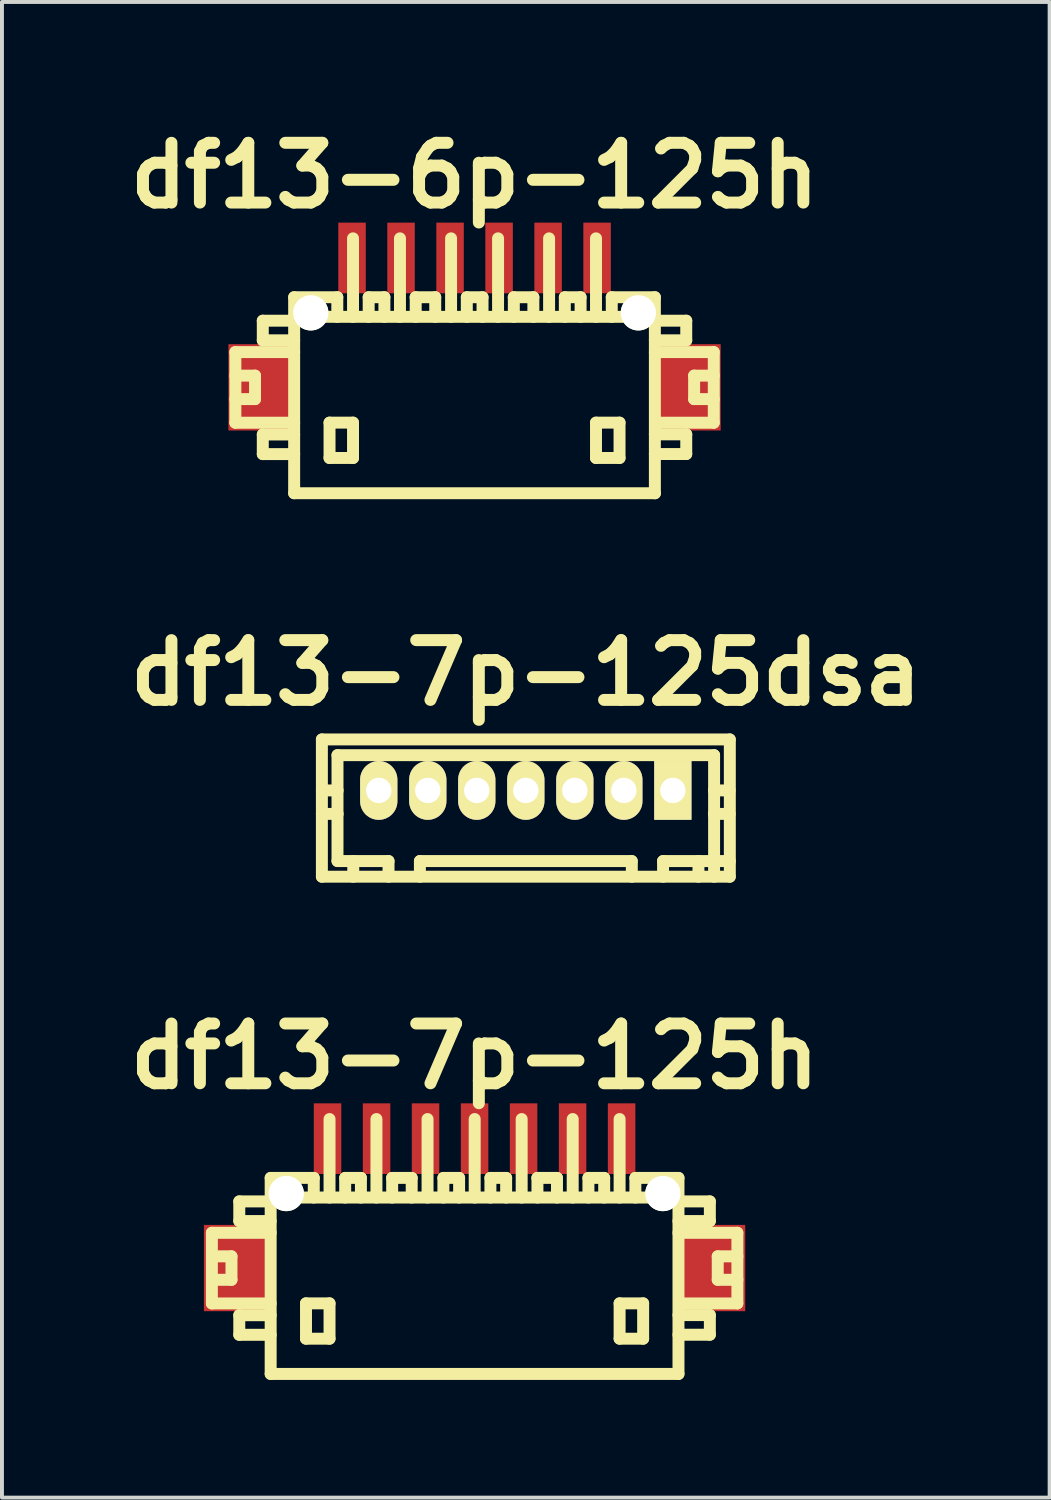
<source format=kicad_pcb>
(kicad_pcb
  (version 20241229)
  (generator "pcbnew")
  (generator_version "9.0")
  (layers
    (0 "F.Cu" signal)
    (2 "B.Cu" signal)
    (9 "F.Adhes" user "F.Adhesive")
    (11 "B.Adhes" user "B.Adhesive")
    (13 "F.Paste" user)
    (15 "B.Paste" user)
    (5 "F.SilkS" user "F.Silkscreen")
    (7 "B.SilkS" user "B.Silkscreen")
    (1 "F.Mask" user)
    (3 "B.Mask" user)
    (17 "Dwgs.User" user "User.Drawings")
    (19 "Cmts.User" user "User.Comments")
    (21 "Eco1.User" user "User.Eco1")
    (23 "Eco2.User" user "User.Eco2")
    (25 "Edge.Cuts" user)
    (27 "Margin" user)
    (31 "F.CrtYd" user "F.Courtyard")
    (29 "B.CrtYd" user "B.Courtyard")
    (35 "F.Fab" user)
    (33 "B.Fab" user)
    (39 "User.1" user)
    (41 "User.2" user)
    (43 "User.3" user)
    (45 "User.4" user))
  (footprint "df13-6p-125h"
    (layer "F.Cu")
    (at 9.05 7.027)
    (property "Reference" "df13-6p-125h" (at 0 -5.601 0) (layer "F.SilkS") (effects (font (size 1.524 1.524) (thickness 0.305))))
    (attr through_hole)
    (fp_line (start -6.099 -1.1) (end -6.099 0.701) (stroke (width 0.305) (type solid)) (layer "F.SilkS"))
    (fp_line (start -6.099 0.701) (end -4.6 0.701) (stroke (width 0.305) (type solid)) (layer "F.SilkS"))
    (fp_line (start -5.598 -0.5) (end -6.099 -0.5) (stroke (width 0.305) (type solid)) (layer "F.SilkS"))
    (fp_line (start -5.598 0.099) (end -6.099 0.099) (stroke (width 0.305) (type solid)) (layer "F.SilkS"))
    (fp_line (start -5.598 0.099) (end -5.598 -0.5) (stroke (width 0.305) (type solid)) (layer "F.SilkS"))
    (fp_line (start -5.4 -1.9) (end -5.4 -1.4) (stroke (width 0.305) (type solid)) (layer "F.SilkS"))
    (fp_line (start -5.4 -1.9) (end -4.6 -1.9) (stroke (width 0.305) (type solid)) (layer "F.SilkS"))
    (fp_line (start -5.4 1.001) (end -5.4 1.501) (stroke (width 0.305) (type solid)) (layer "F.SilkS"))
    (fp_line (start -5.4 1.501) (end -4.6 1.501) (stroke (width 0.305) (type solid)) (layer "F.SilkS"))
    (fp_line (start -4.6 -1.4) (end -5.4 -1.4) (stroke (width 0.305) (type solid)) (layer "F.SilkS"))
    (fp_line (start -4.6 -1.1) (end -6.099 -1.1) (stroke (width 0.305) (type solid)) (layer "F.SilkS"))
    (fp_line (start -4.6 1.001) (end -5.4 1.001) (stroke (width 0.305) (type solid)) (layer "F.SilkS"))
    (fp_line (start -4.6 2.499) (end -4.6 -2.499) (stroke (width 0.305) (type solid)) (layer "F.SilkS"))
    (fp_line (start -4.6 2.499) (end 4.6 2.499) (stroke (width 0.305) (type solid)) (layer "F.SilkS"))
    (fp_line (start -3.698 0.699) (end -3.698 1.6) (stroke (width 0.305) (type solid)) (layer "F.SilkS"))
    (fp_line (start -3.698 1.6) (end -3.099 1.6) (stroke (width 0.305) (type solid)) (layer "F.SilkS"))
    (fp_line (start -3.5 -2.499) (end -4.6 -2.499) (stroke (width 0.305) (type solid)) (layer "F.SilkS"))
    (fp_line (start -3.5 -2.499) (end -3.5 -1.999) (stroke (width 0.305) (type solid)) (layer "F.SilkS"))
    (fp_line (start -3.099 -4) (end -3.099 -1.999) (stroke (width 0.305) (type solid)) (layer "F.SilkS"))
    (fp_line (start -3.099 0.699) (end -3.698 0.699) (stroke (width 0.305) (type solid)) (layer "F.SilkS"))
    (fp_line (start -3.099 1.6) (end -3.099 0.699) (stroke (width 0.305) (type solid)) (layer "F.SilkS"))
    (fp_line (start -2.7 -2.499) (end -2.7 -1.999) (stroke (width 0.305) (type solid)) (layer "F.SilkS"))
    (fp_line (start -2.299 -2.499) (end -2.7 -2.499) (stroke (width 0.305) (type solid)) (layer "F.SilkS"))
    (fp_line (start -2.299 -2.499) (end -2.299 -1.999) (stroke (width 0.305) (type solid)) (layer "F.SilkS"))
    (fp_line (start -1.902 -1.999) (end -1.902 -4) (stroke (width 0.305) (type solid)) (layer "F.SilkS"))
    (fp_line (start -1.504 -2.499) (end -1.003 -2.499) (stroke (width 0.305) (type solid)) (layer "F.SilkS"))
    (fp_line (start -1.501 -1.999) (end -1.501 -2.499) (stroke (width 0.305) (type solid)) (layer "F.SilkS"))
    (fp_line (start -1.003 -2.499) (end -1.003 -1.999) (stroke (width 0.305) (type solid)) (layer "F.SilkS"))
    (fp_line (start -0.599 -1.999) (end -0.599 -4) (stroke (width 0.305) (type solid)) (layer "F.SilkS"))
    (fp_line (start -0.198 -2.499) (end -0.198 -1.999) (stroke (width 0.305) (type solid)) (layer "F.SilkS"))
    (fp_line (start 0.203 -2.499) (end -0.198 -2.499) (stroke (width 0.305) (type solid)) (layer "F.SilkS"))
    (fp_line (start 0.203 -2.499) (end 0.203 -1.999) (stroke (width 0.305) (type solid)) (layer "F.SilkS"))
    (fp_line (start 0.599 -1.999) (end 0.599 -4) (stroke (width 0.305) (type solid)) (layer "F.SilkS"))
    (fp_line (start 0.998 -2.499) (end 1.499 -2.499) (stroke (width 0.305) (type solid)) (layer "F.SilkS"))
    (fp_line (start 1.001 -1.999) (end 1.001 -2.499) (stroke (width 0.305) (type solid)) (layer "F.SilkS"))
    (fp_line (start 1.499 -2.499) (end 1.499 -1.999) (stroke (width 0.305) (type solid)) (layer "F.SilkS"))
    (fp_line (start 1.9 -1.999) (end 1.9 -4) (stroke (width 0.305) (type solid)) (layer "F.SilkS"))
    (fp_line (start 2.301 -2.499) (end 2.301 -1.999) (stroke (width 0.305) (type solid)) (layer "F.SilkS"))
    (fp_line (start 2.703 -2.499) (end 2.301 -2.499) (stroke (width 0.305) (type solid)) (layer "F.SilkS"))
    (fp_line (start 2.703 -2.499) (end 2.703 -1.999) (stroke (width 0.305) (type solid)) (layer "F.SilkS"))
    (fp_line (start 3.096 -1.999) (end 3.096 -4) (stroke (width 0.305) (type solid)) (layer "F.SilkS"))
    (fp_line (start 3.096 0.699) (end 3.696 0.699) (stroke (width 0.305) (type solid)) (layer "F.SilkS"))
    (fp_line (start 3.096 1.6) (end 3.096 0.699) (stroke (width 0.305) (type solid)) (layer "F.SilkS"))
    (fp_line (start 3.498 -2.499) (end 3.498 -1.999) (stroke (width 0.305) (type solid)) (layer "F.SilkS"))
    (fp_line (start 3.696 0.699) (end 3.696 1.6) (stroke (width 0.305) (type solid)) (layer "F.SilkS"))
    (fp_line (start 3.696 1.6) (end 3.096 1.6) (stroke (width 0.305) (type solid)) (layer "F.SilkS"))
    (fp_line (start 4.597 -2.499) (end 3.498 -2.499) (stroke (width 0.305) (type solid)) (layer "F.SilkS"))
    (fp_line (start 4.597 -2.499) (end 4.597 2.499) (stroke (width 0.305) (type solid)) (layer "F.SilkS"))
    (fp_line (start 4.597 -1.9) (end 5.397 -1.9) (stroke (width 0.305) (type solid)) (layer "F.SilkS"))
    (fp_line (start 4.597 0.998) (end 5.397 0.998) (stroke (width 0.305) (type solid)) (layer "F.SilkS"))
    (fp_line (start 4.6 -1.999) (end -4.6 -1.999) (stroke (width 0.305) (type solid)) (layer "F.SilkS"))
    (fp_line (start 5.397 -1.9) (end 5.397 -1.4) (stroke (width 0.305) (type solid)) (layer "F.SilkS"))
    (fp_line (start 5.397 -1.4) (end 4.597 -1.4) (stroke (width 0.305) (type solid)) (layer "F.SilkS"))
    (fp_line (start 5.397 0.998) (end 5.397 1.499) (stroke (width 0.305) (type solid)) (layer "F.SilkS"))
    (fp_line (start 5.397 1.499) (end 4.597 1.499) (stroke (width 0.305) (type solid)) (layer "F.SilkS"))
    (fp_line (start 5.598 0.099) (end 5.598 -0.5) (stroke (width 0.305) (type solid)) (layer "F.SilkS"))
    (fp_line (start 6.096 -1.1) (end 4.597 -1.1) (stroke (width 0.305) (type solid)) (layer "F.SilkS"))
    (fp_line (start 6.096 0.701) (end 4.696 0.701) (stroke (width 0.305) (type solid)) (layer "F.SilkS"))
    (fp_line (start 6.099 -1.1) (end 6.099 0.701) (stroke (width 0.305) (type solid)) (layer "F.SilkS"))
    (fp_line (start 6.099 -0.5) (end 5.598 -0.5) (stroke (width 0.305) (type solid)) (layer "F.SilkS"))
    (fp_line (start 6.099 0.099) (end 5.598 0.099) (stroke (width 0.305) (type solid)) (layer "F.SilkS"))
    (pad "" smd rect (at -5.476 -0.201) (size 1.6 2.2) (layers "F.Cu" "F.Mask" "F.Paste"))
    (pad "" np_thru_hole circle (at -4.176 -2.101) (size 0.899 0.899) (drill 0.899) (layers "*.Cu" "*.Mask" "F.SilkS"))
    (pad "" np_thru_hole circle (at 4.176 -2.101) (size 0.899 0.899) (drill 0.899) (layers "*.Cu" "*.Mask" "F.SilkS"))
    (pad "" smd rect (at 5.476 -0.201) (size 1.6 2.2) (layers "F.Cu" "F.Mask" "F.Paste"))
    (pad "1" smd rect (at 3.124 -3.5) (size 0.701 1.801) (layers "F.Cu" "F.Mask" "F.Paste"))
    (pad "2" smd rect (at 1.875 -3.5) (size 0.701 1.801) (layers "F.Cu" "F.Mask" "F.Paste"))
    (pad "3" smd rect (at 0.625 -3.5) (size 0.701 1.801) (layers "F.Cu" "F.Mask" "F.Paste"))
    (pad "4" smd rect (at -0.625 -3.5) (size 0.701 1.801) (layers "F.Cu" "F.Mask" "F.Paste"))
    (pad "5" smd rect (at -1.875 -3.5) (size 0.701 1.801) (layers "F.Cu" "F.Mask" "F.Paste"))
    (pad "6" smd rect (at -3.124 -3.5) (size 0.701 1.801) (layers "F.Cu" "F.Mask" "F.Paste")))
  (footprint "df13-7p-125dsa"
    (layer "F.Cu")
    (at 10.356 17.103)
    (property "Reference" "df13-7p-125dsa" (at 0 -2.997 0) (layer "F.SilkS") (effects (font (size 1.524 1.524) (thickness 0.305))))
    (attr through_hole)
    (fp_line (start -5.199 -1.3) (end 5.199 -1.3) (stroke (width 0.305) (type solid)) (layer "F.SilkS"))
    (fp_line (start -5.199 2.2) (end -5.199 -1.3) (stroke (width 0.305) (type solid)) (layer "F.SilkS"))
    (fp_line (start -4.801 -0.899) (end -4.801 1.801) (stroke (width 0.305) (type solid)) (layer "F.SilkS"))
    (fp_line (start -4.798 0) (end -5.199 0) (stroke (width 0.305) (type solid)) (layer "F.SilkS"))
    (fp_line (start -4.798 0.599) (end -5.199 0.599) (stroke (width 0.305) (type solid)) (layer "F.SilkS"))
    (fp_line (start -4.399 1.801) (end -4.399 2.2) (stroke (width 0.305) (type solid)) (layer "F.SilkS"))
    (fp_line (start -3.8 -0.099) (end -3.8 0.099) (stroke (width 0.305) (type solid)) (layer "F.SilkS"))
    (fp_line (start -3.8 0.099) (end -3.599 0.099) (stroke (width 0.305) (type solid)) (layer "F.SilkS"))
    (fp_line (start -3.599 -0.099) (end -3.8 -0.099) (stroke (width 0.305) (type solid)) (layer "F.SilkS"))
    (fp_line (start -3.599 0.099) (end -3.599 -0.099) (stroke (width 0.305) (type solid)) (layer "F.SilkS"))
    (fp_line (start -3.5 1.801) (end -4.801 1.801) (stroke (width 0.305) (type solid)) (layer "F.SilkS"))
    (fp_line (start -3.5 1.801) (end -3.5 2.2) (stroke (width 0.305) (type solid)) (layer "F.SilkS"))
    (fp_line (start -2.7 1.801) (end 2.7 1.801) (stroke (width 0.305) (type solid)) (layer "F.SilkS"))
    (fp_line (start -2.7 2.2) (end -2.7 1.801) (stroke (width 0.305) (type solid)) (layer "F.SilkS"))
    (fp_line (start -2.601 -0.099) (end -2.4 -0.099) (stroke (width 0.305) (type solid)) (layer "F.SilkS"))
    (fp_line (start -2.601 0.099) (end -2.601 -0.099) (stroke (width 0.305) (type solid)) (layer "F.SilkS"))
    (fp_line (start -2.4 -0.099) (end -2.4 0.099) (stroke (width 0.305) (type solid)) (layer "F.SilkS"))
    (fp_line (start -2.4 0.099) (end -2.601 0.099) (stroke (width 0.305) (type solid)) (layer "F.SilkS"))
    (fp_line (start -1.4 -0.099) (end -1.199 -0.099) (stroke (width 0.305) (type solid)) (layer "F.SilkS"))
    (fp_line (start -1.4 0.099) (end -1.4 -0.099) (stroke (width 0.305) (type solid)) (layer "F.SilkS"))
    (fp_line (start -1.199 -0.099) (end -1.199 0.099) (stroke (width 0.305) (type solid)) (layer "F.SilkS"))
    (fp_line (start -1.199 0.099) (end -1.4 0.099) (stroke (width 0.305) (type solid)) (layer "F.SilkS"))
    (fp_line (start -0.099 -0.099) (end 0.099 -0.099) (stroke (width 0.305) (type solid)) (layer "F.SilkS"))
    (fp_line (start -0.099 0.099) (end -0.099 -0.099) (stroke (width 0.305) (type solid)) (layer "F.SilkS"))
    (fp_line (start 0.099 -0.099) (end 0.099 0.099) (stroke (width 0.305) (type solid)) (layer "F.SilkS"))
    (fp_line (start 0.099 0.099) (end -0.099 0.099) (stroke (width 0.305) (type solid)) (layer "F.SilkS"))
    (fp_line (start 1.199 -0.099) (end 1.4 -0.099) (stroke (width 0.305) (type solid)) (layer "F.SilkS"))
    (fp_line (start 1.199 0.099) (end 1.199 -0.099) (stroke (width 0.305) (type solid)) (layer "F.SilkS"))
    (fp_line (start 1.4 -0.099) (end 1.4 0.099) (stroke (width 0.305) (type solid)) (layer "F.SilkS"))
    (fp_line (start 1.4 0.099) (end 1.199 0.099) (stroke (width 0.305) (type solid)) (layer "F.SilkS"))
    (fp_line (start 2.4 -0.099) (end 2.601 -0.099) (stroke (width 0.305) (type solid)) (layer "F.SilkS"))
    (fp_line (start 2.4 0.099) (end 2.4 -0.099) (stroke (width 0.305) (type solid)) (layer "F.SilkS"))
    (fp_line (start 2.601 -0.099) (end 2.601 0.099) (stroke (width 0.305) (type solid)) (layer "F.SilkS"))
    (fp_line (start 2.601 0.099) (end 2.4 0.099) (stroke (width 0.305) (type solid)) (layer "F.SilkS"))
    (fp_line (start 2.703 2.2) (end 2.703 1.801) (stroke (width 0.305) (type solid)) (layer "F.SilkS"))
    (fp_line (start 3.5 1.801) (end 3.5 2.2) (stroke (width 0.305) (type solid)) (layer "F.SilkS"))
    (fp_line (start 3.5 1.801) (end 5.202 1.801) (stroke (width 0.305) (type solid)) (layer "F.SilkS"))
    (fp_line (start 3.599 -0.099) (end 3.8 -0.099) (stroke (width 0.305) (type solid)) (layer "F.SilkS"))
    (fp_line (start 3.599 0.099) (end 3.599 -0.099) (stroke (width 0.305) (type solid)) (layer "F.SilkS"))
    (fp_line (start 3.8 -0.099) (end 3.8 0.099) (stroke (width 0.305) (type solid)) (layer "F.SilkS"))
    (fp_line (start 3.8 0.099) (end 3.599 0.099) (stroke (width 0.305) (type solid)) (layer "F.SilkS"))
    (fp_line (start 4.402 1.801) (end 4.402 2.2) (stroke (width 0.305) (type solid)) (layer "F.SilkS"))
    (fp_line (start 4.796 0) (end 5.197 0) (stroke (width 0.305) (type solid)) (layer "F.SilkS"))
    (fp_line (start 4.801 -0.899) (end -4.801 -0.899) (stroke (width 0.305) (type solid)) (layer "F.SilkS"))
    (fp_line (start 4.801 -0.899) (end 4.801 2.2) (stroke (width 0.305) (type solid)) (layer "F.SilkS"))
    (fp_line (start 5.197 0.599) (end 4.796 0.599) (stroke (width 0.305) (type solid)) (layer "F.SilkS"))
    (fp_line (start 5.199 2.2) (end -5.199 2.2) (stroke (width 0.305) (type solid)) (layer "F.SilkS"))
    (fp_line (start 5.202 -1.3) (end 5.202 2.2) (stroke (width 0.305) (type solid)) (layer "F.SilkS"))
    (pad "1" thru_hole rect (at 3.749 0) (size 0.95 1.499) (drill 0.648) (layers "*.Cu" "*.Mask" "F.SilkS"))
    (pad "2" thru_hole oval (at 2.499 0) (size 0.95 1.499) (drill 0.648) (layers "*.Cu" "*.Mask" "F.SilkS"))
    (pad "3" thru_hole oval (at 1.25 0) (size 0.95 1.499) (drill 0.648) (layers "*.Cu" "*.Mask" "F.SilkS"))
    (pad "4" thru_hole oval (at 0 0) (size 0.95 1.499) (drill 0.648) (layers "*.Cu" "*.Mask" "F.SilkS"))
    (pad "5" thru_hole oval (at -1.25 0) (size 0.95 1.499) (drill 0.648) (layers "*.Cu" "*.Mask" "F.SilkS"))
    (pad "6" thru_hole oval (at -2.499 0) (size 0.95 1.499) (drill 0.648) (layers "*.Cu" "*.Mask" "F.SilkS"))
    (pad "7" thru_hole oval (at -3.749 0) (size 0.95 1.499) (drill 0.648) (layers "*.Cu" "*.Mask" "F.SilkS")))
  (footprint "df13-7p-125h"
    (layer "F.Cu")
    (at 9.05 29.482)
    (property "Reference" "df13-7p-125h" (at 0 -5.601 0) (layer "F.SilkS") (effects (font (size 1.524 1.524) (thickness 0.305))))
    (attr through_hole)
    (fp_line (start -6.698 -1.1) (end -6.698 0.701) (stroke (width 0.305) (type solid)) (layer "F.SilkS"))
    (fp_line (start -6.698 0.701) (end -5.199 0.701) (stroke (width 0.305) (type solid)) (layer "F.SilkS"))
    (fp_line (start -6.198 -0.5) (end -6.698 -0.5) (stroke (width 0.305) (type solid)) (layer "F.SilkS"))
    (fp_line (start -6.198 0.099) (end -6.698 0.099) (stroke (width 0.305) (type solid)) (layer "F.SilkS"))
    (fp_line (start -6.198 0.099) (end -6.198 -0.5) (stroke (width 0.305) (type solid)) (layer "F.SilkS"))
    (fp_line (start -5.999 -1.9) (end -5.999 -1.4) (stroke (width 0.305) (type solid)) (layer "F.SilkS"))
    (fp_line (start -5.999 -1.9) (end -5.199 -1.9) (stroke (width 0.305) (type solid)) (layer "F.SilkS"))
    (fp_line (start -5.999 1.001) (end -5.999 1.501) (stroke (width 0.305) (type solid)) (layer "F.SilkS"))
    (fp_line (start -5.999 1.501) (end -5.199 1.501) (stroke (width 0.305) (type solid)) (layer "F.SilkS"))
    (fp_line (start -5.199 -1.999) (end 5.199 -1.999) (stroke (width 0.305) (type solid)) (layer "F.SilkS"))
    (fp_line (start -5.199 -1.4) (end -5.999 -1.4) (stroke (width 0.305) (type solid)) (layer "F.SilkS"))
    (fp_line (start -5.199 -1.1) (end -6.698 -1.1) (stroke (width 0.305) (type solid)) (layer "F.SilkS"))
    (fp_line (start -5.199 1.001) (end -5.999 1.001) (stroke (width 0.305) (type solid)) (layer "F.SilkS"))
    (fp_line (start -5.199 2.499) (end -5.199 -2.499) (stroke (width 0.305) (type solid)) (layer "F.SilkS"))
    (fp_line (start -5.199 2.499) (end 5.199 2.499) (stroke (width 0.305) (type solid)) (layer "F.SilkS"))
    (fp_line (start -4.298 0.699) (end -4.298 1.6) (stroke (width 0.305) (type solid)) (layer "F.SilkS"))
    (fp_line (start -4.298 1.6) (end -3.698 1.6) (stroke (width 0.305) (type solid)) (layer "F.SilkS"))
    (fp_line (start -4.1 -2.499) (end -5.199 -2.499) (stroke (width 0.305) (type solid)) (layer "F.SilkS"))
    (fp_line (start -4.1 -2.499) (end -4.1 -1.999) (stroke (width 0.305) (type solid)) (layer "F.SilkS"))
    (fp_line (start -3.698 -4) (end -3.698 -1.999) (stroke (width 0.305) (type solid)) (layer "F.SilkS"))
    (fp_line (start -3.698 0.699) (end -4.298 0.699) (stroke (width 0.305) (type solid)) (layer "F.SilkS"))
    (fp_line (start -3.698 1.6) (end -3.698 0.699) (stroke (width 0.305) (type solid)) (layer "F.SilkS"))
    (fp_line (start -3.299 -2.499) (end -3.299 -1.999) (stroke (width 0.305) (type solid)) (layer "F.SilkS"))
    (fp_line (start -2.898 -2.499) (end -3.299 -2.499) (stroke (width 0.305) (type solid)) (layer "F.SilkS"))
    (fp_line (start -2.898 -2.499) (end -2.898 -1.999) (stroke (width 0.305) (type solid)) (layer "F.SilkS"))
    (fp_line (start -2.502 -1.999) (end -2.502 -4) (stroke (width 0.305) (type solid)) (layer "F.SilkS"))
    (fp_line (start -2.103 -2.499) (end -1.603 -2.499) (stroke (width 0.305) (type solid)) (layer "F.SilkS"))
    (fp_line (start -2.101 -1.999) (end -2.101 -2.499) (stroke (width 0.305) (type solid)) (layer "F.SilkS"))
    (fp_line (start -1.603 -2.499) (end -1.603 -1.999) (stroke (width 0.305) (type solid)) (layer "F.SilkS"))
    (fp_line (start -1.199 -1.999) (end -1.199 -4) (stroke (width 0.305) (type solid)) (layer "F.SilkS"))
    (fp_line (start -0.795 -2.499) (end -0.795 -1.999) (stroke (width 0.305) (type solid)) (layer "F.SilkS"))
    (fp_line (start -0.394 -2.499) (end -0.795 -2.499) (stroke (width 0.305) (type solid)) (layer "F.SilkS"))
    (fp_line (start -0.394 -2.499) (end -0.394 -1.999) (stroke (width 0.305) (type solid)) (layer "F.SilkS"))
    (fp_line (start 0.003 -1.999) (end 0.003 -4) (stroke (width 0.305) (type solid)) (layer "F.SilkS"))
    (fp_line (start 0.404 -2.499) (end 0.404 -1.999) (stroke (width 0.305) (type solid)) (layer "F.SilkS"))
    (fp_line (start 0.805 -2.499) (end 0.404 -2.499) (stroke (width 0.305) (type solid)) (layer "F.SilkS"))
    (fp_line (start 0.805 -2.499) (end 0.805 -1.999) (stroke (width 0.305) (type solid)) (layer "F.SilkS"))
    (fp_line (start 1.201 -1.999) (end 1.201 -4) (stroke (width 0.305) (type solid)) (layer "F.SilkS"))
    (fp_line (start 1.6 -2.499) (end 2.101 -2.499) (stroke (width 0.305) (type solid)) (layer "F.SilkS"))
    (fp_line (start 1.603 -1.999) (end 1.603 -2.499) (stroke (width 0.305) (type solid)) (layer "F.SilkS"))
    (fp_line (start 2.101 -2.499) (end 2.101 -1.999) (stroke (width 0.305) (type solid)) (layer "F.SilkS"))
    (fp_line (start 2.502 -1.999) (end 2.502 -4) (stroke (width 0.305) (type solid)) (layer "F.SilkS"))
    (fp_line (start 2.903 -2.499) (end 2.903 -1.999) (stroke (width 0.305) (type solid)) (layer "F.SilkS"))
    (fp_line (start 3.305 -2.499) (end 2.903 -2.499) (stroke (width 0.305) (type solid)) (layer "F.SilkS"))
    (fp_line (start 3.305 -2.499) (end 3.305 -1.999) (stroke (width 0.305) (type solid)) (layer "F.SilkS"))
    (fp_line (start 3.698 -1.999) (end 3.698 -4) (stroke (width 0.305) (type solid)) (layer "F.SilkS"))
    (fp_line (start 3.698 0.699) (end 4.298 0.699) (stroke (width 0.305) (type solid)) (layer "F.SilkS"))
    (fp_line (start 3.698 1.6) (end 3.698 0.699) (stroke (width 0.305) (type solid)) (layer "F.SilkS"))
    (fp_line (start 4.1 -2.499) (end 4.1 -1.999) (stroke (width 0.305) (type solid)) (layer "F.SilkS"))
    (fp_line (start 4.298 0.699) (end 4.298 1.6) (stroke (width 0.305) (type solid)) (layer "F.SilkS"))
    (fp_line (start 4.298 1.6) (end 3.698 1.6) (stroke (width 0.305) (type solid)) (layer "F.SilkS"))
    (fp_line (start 5.199 -2.499) (end 4.1 -2.499) (stroke (width 0.305) (type solid)) (layer "F.SilkS"))
    (fp_line (start 5.199 -2.499) (end 5.199 2.499) (stroke (width 0.305) (type solid)) (layer "F.SilkS"))
    (fp_line (start 5.199 -1.9) (end 5.999 -1.9) (stroke (width 0.305) (type solid)) (layer "F.SilkS"))
    (fp_line (start 5.199 0.998) (end 5.999 0.998) (stroke (width 0.305) (type solid)) (layer "F.SilkS"))
    (fp_line (start 5.999 -1.9) (end 5.999 -1.4) (stroke (width 0.305) (type solid)) (layer "F.SilkS"))
    (fp_line (start 5.999 -1.4) (end 5.199 -1.4) (stroke (width 0.305) (type solid)) (layer "F.SilkS"))
    (fp_line (start 5.999 0.998) (end 5.999 1.499) (stroke (width 0.305) (type solid)) (layer "F.SilkS"))
    (fp_line (start 5.999 1.499) (end 5.199 1.499) (stroke (width 0.305) (type solid)) (layer "F.SilkS"))
    (fp_line (start 6.2 0.099) (end 6.2 -0.5) (stroke (width 0.305) (type solid)) (layer "F.SilkS"))
    (fp_line (start 6.698 -1.1) (end 5.199 -1.1) (stroke (width 0.305) (type solid)) (layer "F.SilkS"))
    (fp_line (start 6.698 0.701) (end 5.298 0.701) (stroke (width 0.305) (type solid)) (layer "F.SilkS"))
    (fp_line (start 6.701 -1.1) (end 6.701 0.701) (stroke (width 0.305) (type solid)) (layer "F.SilkS"))
    (fp_line (start 6.701 -0.5) (end 6.2 -0.5) (stroke (width 0.305) (type solid)) (layer "F.SilkS"))
    (fp_line (start 6.701 0.099) (end 6.2 0.099) (stroke (width 0.305) (type solid)) (layer "F.SilkS"))
    (pad "" smd rect (at -6.101 -0.201) (size 1.6 2.2) (layers "F.Cu" "F.Mask" "F.Paste"))
    (pad "" np_thru_hole circle (at -4.801 -2.101) (size 0.899 0.899) (drill 0.899) (layers "*.Cu" "*.Mask" "F.SilkS"))
    (pad "" np_thru_hole circle (at 4.801 -2.101) (size 0.899 0.899) (drill 0.899) (layers "*.Cu" "*.Mask" "F.SilkS"))
    (pad "" smd rect (at 6.101 -0.201) (size 1.6 2.2) (layers "F.Cu" "F.Mask" "F.Paste"))
    (pad "1" smd rect (at 3.749 -3.5) (size 0.701 1.801) (layers "F.Cu" "F.Mask" "F.Paste"))
    (pad "2" smd rect (at 2.499 -3.5) (size 0.701 1.801) (layers "F.Cu" "F.Mask" "F.Paste"))
    (pad "3" smd rect (at 1.25 -3.5) (size 0.701 1.801) (layers "F.Cu" "F.Mask" "F.Paste"))
    (pad "4" smd rect (at 0 -3.5) (size 0.701 1.801) (layers "F.Cu" "F.Mask" "F.Paste"))
    (pad "5" smd rect (at -1.25 -3.5) (size 0.701 1.801) (layers "F.Cu" "F.Mask" "F.Paste"))
    (pad "6" smd rect (at -2.499 -3.5) (size 0.701 1.801) (layers "F.Cu" "F.Mask" "F.Paste"))
    (pad "7" smd rect (at -3.749 -3.5) (size 0.701 1.801) (layers "F.Cu" "F.Mask" "F.Paste")))
  (gr_rect
    (start -3 -3)
    (end 23.712 35.134)
    (stroke (width 0.1) (type default))
    (fill no)
    (layer "Edge.Cuts")))
</source>
